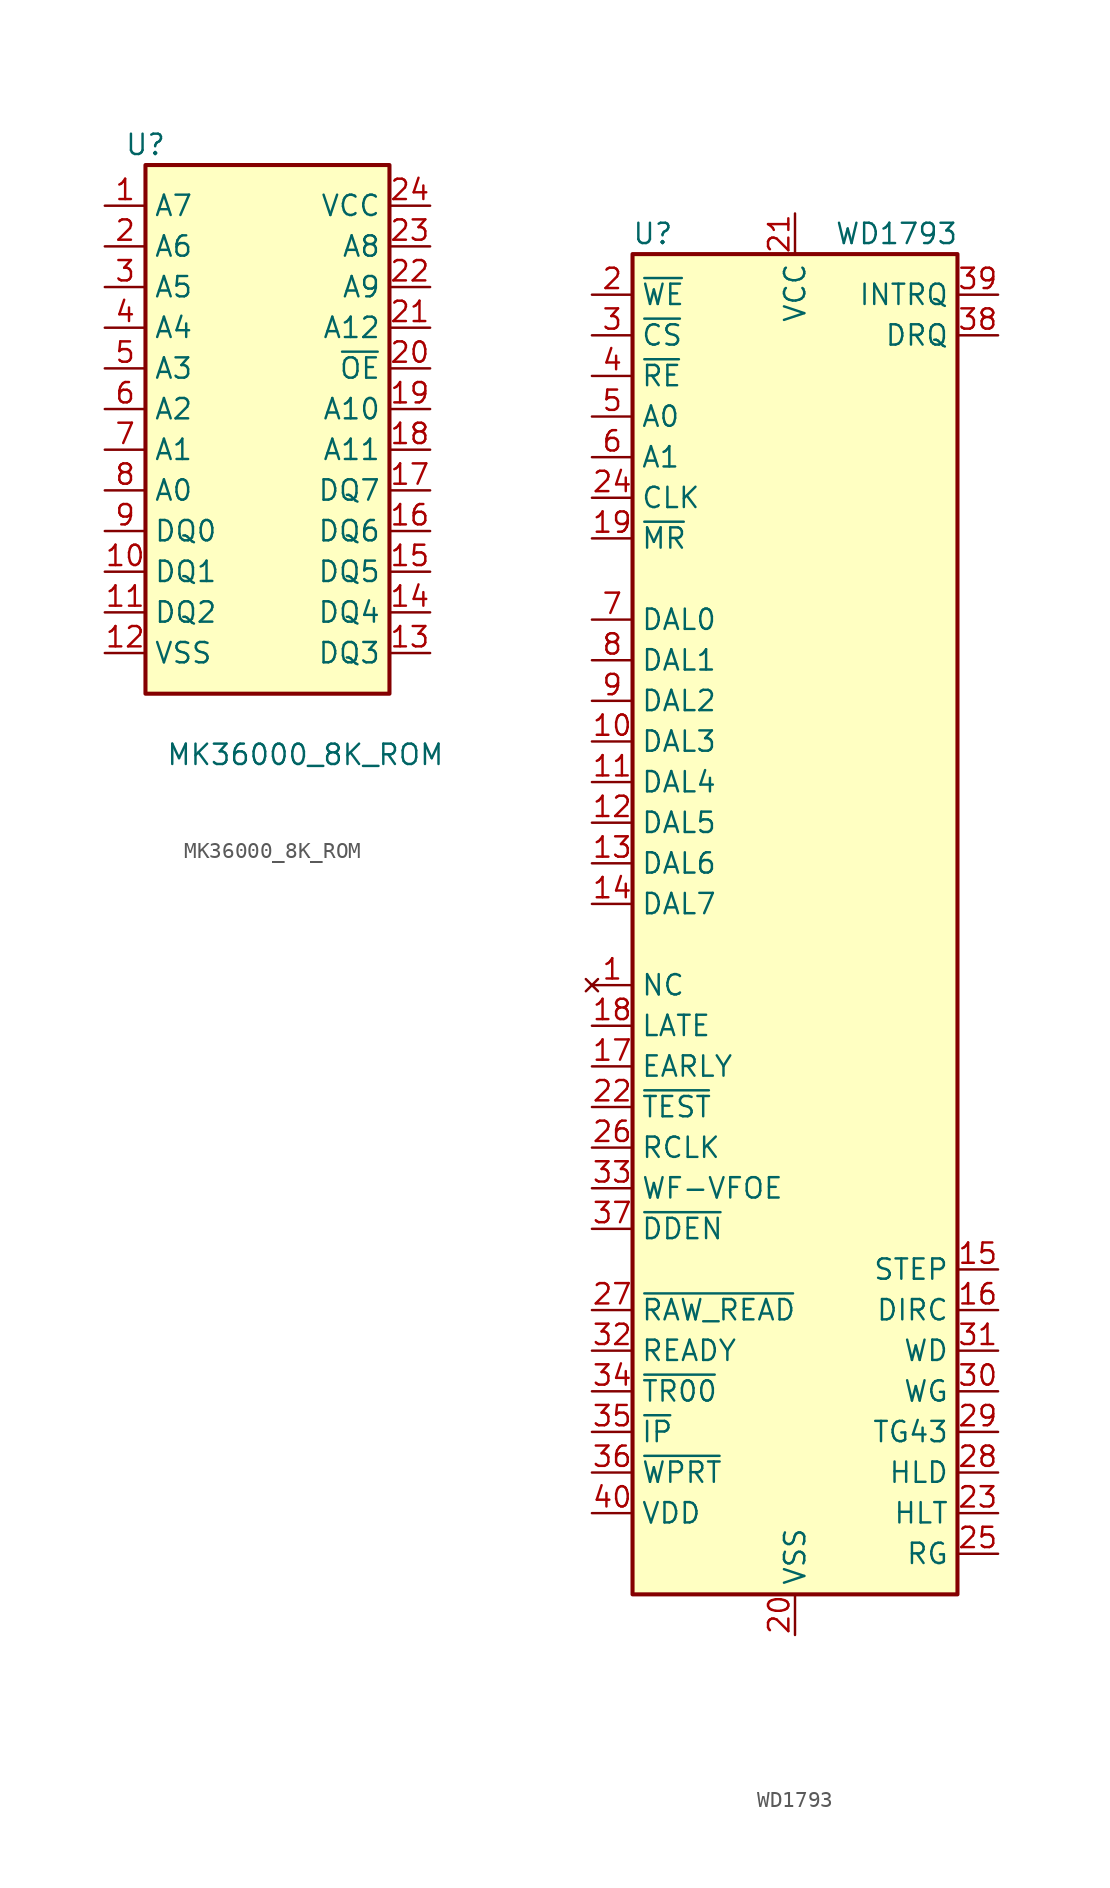
<source format=kicad_sym>
(kicad_symbol_lib
  (version 20211014)
  (generator kicad_symbol_editor)
  (symbol "MK36000_8K_ROM"
    (property "Reference" "U"
      (at -7.62 17.78 0)
      (effects (font (size 1.27 1.27))))
    (property "Value" "MK36000_8K_ROM"
      (at -6.35 -20.32 0)
      (effects (font (size 1.27 1.27)) (justify left)))
    (symbol "MK36000_8K_ROM_1_1"
      (rectangle (start -7.62 16.51) (end 7.62 -16.51) (stroke (width 0.254) (type default) (color 0 0 0 0)) (fill (type background)))
      (pin input line (at -10.16 13.97 0) (length 2.54) (name "A7" (effects (font (size 1.27 1.27)))) (number "1" (effects (font (size 1.27 1.27)))))
      (pin tri_state line (at -10.16 -8.89 0) (length 2.54) (name "DQ1" (effects (font (size 1.27 1.27)))) (number "10" (effects (font (size 1.27 1.27)))))
      (pin tri_state line (at -10.16 -11.43 0) (length 2.54) (name "DQ2" (effects (font (size 1.27 1.27)))) (number "11" (effects (font (size 1.27 1.27)))))
      (pin power_in line (at -10.16 -13.97 0) (length 2.54) (name "VSS" (effects (font (size 1.27 1.27)))) (number "12" (effects (font (size 1.27 1.27)))))
      (pin tri_state line (at 10.16 -13.97 180) (length 2.54) (name "DQ3" (effects (font (size 1.27 1.27)))) (number "13" (effects (font (size 1.27 1.27)))))
      (pin tri_state line (at 10.16 -11.43 180) (length 2.54) (name "DQ4" (effects (font (size 1.27 1.27)))) (number "14" (effects (font (size 1.27 1.27)))))
      (pin tri_state line (at 10.16 -8.89 180) (length 2.54) (name "DQ5" (effects (font (size 1.27 1.27)))) (number "15" (effects (font (size 1.27 1.27)))))
      (pin tri_state line (at 10.16 -6.35 180) (length 2.54) (name "DQ6" (effects (font (size 1.27 1.27)))) (number "16" (effects (font (size 1.27 1.27)))))
      (pin tri_state line (at 10.16 -3.81 180) (length 2.54) (name "DQ7" (effects (font (size 1.27 1.27)))) (number "17" (effects (font (size 1.27 1.27)))))
      (pin input line (at 10.16 -1.27 180) (length 2.54) (name "A11" (effects (font (size 1.27 1.27)))) (number "18" (effects (font (size 1.27 1.27)))))
      (pin input line (at 10.16 1.27 180) (length 2.54) (name "A10" (effects (font (size 1.27 1.27)))) (number "19" (effects (font (size 1.27 1.27)))))
      (pin input line (at -10.16 11.43 0) (length 2.54) (name "A6" (effects (font (size 1.27 1.27)))) (number "2" (effects (font (size 1.27 1.27)))))
      (pin input line (at 10.16 3.81 180) (length 2.54) (name "~{OE}" (effects (font (size 1.27 1.27)))) (number "20" (effects (font (size 1.27 1.27)))))
      (pin input line (at 10.16 6.35 180) (length 2.54) (name "A12" (effects (font (size 1.27 1.27)))) (number "21" (effects (font (size 1.27 1.27)))))
      (pin input line (at 10.16 8.89 180) (length 2.54) (name "A9" (effects (font (size 1.27 1.27)))) (number "22" (effects (font (size 1.27 1.27)))))
      (pin input line (at 10.16 11.43 180) (length 2.54) (name "A8" (effects (font (size 1.27 1.27)))) (number "23" (effects (font (size 1.27 1.27)))))
      (pin power_in line (at 10.16 13.97 180) (length 2.54) (name "VCC" (effects (font (size 1.27 1.27)))) (number "24" (effects (font (size 1.27 1.27)))))
      (pin input line (at -10.16 8.89 0) (length 2.54) (name "A5" (effects (font (size 1.27 1.27)))) (number "3" (effects (font (size 1.27 1.27)))))
      (pin input line (at -10.16 6.35 0) (length 2.54) (name "A4" (effects (font (size 1.27 1.27)))) (number "4" (effects (font (size 1.27 1.27)))))
      (pin input line (at -10.16 3.81 0) (length 2.54) (name "A3" (effects (font (size 1.27 1.27)))) (number "5" (effects (font (size 1.27 1.27)))))
      (pin input line (at -10.16 1.27 0) (length 2.54) (name "A2" (effects (font (size 1.27 1.27)))) (number "6" (effects (font (size 1.27 1.27)))))
      (pin input line (at -10.16 -1.27 0) (length 2.54) (name "A1" (effects (font (size 1.27 1.27)))) (number "7" (effects (font (size 1.27 1.27)))))
      (pin input line (at -10.16 -3.81 0) (length 2.54) (name "A0" (effects (font (size 1.27 1.27)))) (number "8" (effects (font (size 1.27 1.27)))))
      (pin tri_state line (at -10.16 -6.35 0) (length 2.54) (name "DQ0" (effects (font (size 1.27 1.27)))) (number "9" (effects (font (size 1.27 1.27)))))))
  (symbol "WD1793"
    (property "Reference" "U"
      (at -8.89 44.45 0)
      (effects (font (size 1.27 1.27))))
    (property "Value" "WD1793"
      (at 6.35 44.45 0)
      (effects (font (size 1.27 1.27))))
    (symbol "WD1793_0_1"
      (rectangle (start -10.16 43.18) (end 10.16 -40.64) (stroke (width 0.254) (type default) (color 0 0 0 0)) (fill (type background))))
    (symbol "WD1793_1_1"
      (pin no_connect line (at -12.7 -2.54 0) (length 2.54) (name "NC" (effects (font (size 1.27 1.27)))) (number "1" (effects (font (size 1.27 1.27)))))
      (pin tri_state line (at -12.7 12.7 0) (length 2.54) (name "DAL3" (effects (font (size 1.27 1.27)))) (number "10" (effects (font (size 1.27 1.27)))))
      (pin tri_state line (at -12.7 10.16 0) (length 2.54) (name "DAL4" (effects (font (size 1.27 1.27)))) (number "11" (effects (font (size 1.27 1.27)))))
      (pin tri_state line (at -12.7 7.62 0) (length 2.54) (name "DAL5" (effects (font (size 1.27 1.27)))) (number "12" (effects (font (size 1.27 1.27)))))
      (pin tri_state line (at -12.7 5.08 0) (length 2.54) (name "DAL6" (effects (font (size 1.27 1.27)))) (number "13" (effects (font (size 1.27 1.27)))))
      (pin tri_state line (at -12.7 2.54 0) (length 2.54) (name "DAL7" (effects (font (size 1.27 1.27)))) (number "14" (effects (font (size 1.27 1.27)))))
      (pin output line (at 12.7 -20.32 180) (length 2.54) (name "STEP" (effects (font (size 1.27 1.27)))) (number "15" (effects (font (size 1.27 1.27)))))
      (pin output line (at 12.7 -22.86 180) (length 2.54) (name "DIRC" (effects (font (size 1.27 1.27)))) (number "16" (effects (font (size 1.27 1.27)))))
      (pin output line (at -12.7 -7.62 0) (length 2.54) (name "EARLY" (effects (font (size 1.27 1.27)))) (number "17" (effects (font (size 1.27 1.27)))))
      (pin output line (at -12.7 -5.08 0) (length 2.54) (name "LATE" (effects (font (size 1.27 1.27)))) (number "18" (effects (font (size 1.27 1.27)))))
      (pin input line (at -12.7 25.4 0) (length 2.54) (name "~{MR}" (effects (font (size 1.27 1.27)))) (number "19" (effects (font (size 1.27 1.27)))))
      (pin input line (at -12.7 40.64 0) (length 2.54) (name "~{WE}" (effects (font (size 1.27 1.27)))) (number "2" (effects (font (size 1.27 1.27)))))
      (pin power_in line (at 0 -43.18 90) (length 2.54) (name "VSS" (effects (font (size 1.27 1.27)))) (number "20" (effects (font (size 1.27 1.27)))))
      (pin power_in line (at 0 45.72 270) (length 2.54) (name "VCC" (effects (font (size 1.27 1.27)))) (number "21" (effects (font (size 1.27 1.27)))))
      (pin input line (at -12.7 -10.16 0) (length 2.54) (name "~{TEST}" (effects (font (size 1.27 1.27)))) (number "22" (effects (font (size 1.27 1.27)))))
      (pin input line (at 12.7 -35.56 180) (length 2.54) (name "HLT" (effects (font (size 1.27 1.27)))) (number "23" (effects (font (size 1.27 1.27)))))
      (pin input line (at -12.7 27.94 0) (length 2.54) (name "CLK" (effects (font (size 1.27 1.27)))) (number "24" (effects (font (size 1.27 1.27)))))
      (pin output line (at 12.7 -38.1 180) (length 2.54) (name "RG" (effects (font (size 1.27 1.27)))) (number "25" (effects (font (size 1.27 1.27)))))
      (pin input line (at -12.7 -12.7 0) (length 2.54) (name "RCLK" (effects (font (size 1.27 1.27)))) (number "26" (effects (font (size 1.27 1.27)))))
      (pin input line (at -12.7 -22.86 0) (length 2.54) (name "~{RAW_READ}" (effects (font (size 1.27 1.27)))) (number "27" (effects (font (size 1.27 1.27)))))
      (pin output line (at 12.7 -33.02 180) (length 2.54) (name "HLD" (effects (font (size 1.27 1.27)))) (number "28" (effects (font (size 1.27 1.27)))))
      (pin output line (at 12.7 -30.48 180) (length 2.54) (name "TG43" (effects (font (size 1.27 1.27)))) (number "29" (effects (font (size 1.27 1.27)))))
      (pin input line (at -12.7 38.1 0) (length 2.54) (name "~{CS}" (effects (font (size 1.27 1.27)))) (number "3" (effects (font (size 1.27 1.27)))))
      (pin output line (at 12.7 -27.94 180) (length 2.54) (name "WG" (effects (font (size 1.27 1.27)))) (number "30" (effects (font (size 1.27 1.27)))))
      (pin output line (at 12.7 -25.4 180) (length 2.54) (name "WD" (effects (font (size 1.27 1.27)))) (number "31" (effects (font (size 1.27 1.27)))))
      (pin input line (at -12.7 -25.4 0) (length 2.54) (name "READY" (effects (font (size 1.27 1.27)))) (number "32" (effects (font (size 1.27 1.27)))))
      (pin bidirectional line (at -12.7 -15.24 0) (length 2.54) (name "WF-VFOE" (effects (font (size 1.27 1.27)))) (number "33" (effects (font (size 1.27 1.27)))))
      (pin input line (at -12.7 -27.94 0) (length 2.54) (name "~{TR00}" (effects (font (size 1.27 1.27)))) (number "34" (effects (font (size 1.27 1.27)))))
      (pin input line (at -12.7 -30.48 0) (length 2.54) (name "~{IP}" (effects (font (size 1.27 1.27)))) (number "35" (effects (font (size 1.27 1.27)))))
      (pin input line (at -12.7 -33.02 0) (length 2.54) (name "~{WPRT}" (effects (font (size 1.27 1.27)))) (number "36" (effects (font (size 1.27 1.27)))))
      (pin input line (at -12.7 -17.78 0) (length 2.54) (name "~{DDEN}" (effects (font (size 1.27 1.27)))) (number "37" (effects (font (size 1.27 1.27)))))
      (pin output line (at 12.7 38.1 180) (length 2.54) (name "DRQ" (effects (font (size 1.27 1.27)))) (number "38" (effects (font (size 1.27 1.27)))))
      (pin output line (at 12.7 40.64 180) (length 2.54) (name "INTRQ" (effects (font (size 1.27 1.27)))) (number "39" (effects (font (size 1.27 1.27)))))
      (pin input line (at -12.7 35.56 0) (length 2.54) (name "~{RE}" (effects (font (size 1.27 1.27)))) (number "4" (effects (font (size 1.27 1.27)))))
      (pin power_in line (at -12.7 -35.56 0) (length 2.54) (name "VDD" (effects (font (size 1.27 1.27)))) (number "40" (effects (font (size 1.27 1.27)))))
      (pin input line (at -12.7 33.02 0) (length 2.54) (name "A0" (effects (font (size 1.27 1.27)))) (number "5" (effects (font (size 1.27 1.27)))))
      (pin input line (at -12.7 30.48 0) (length 2.54) (name "A1" (effects (font (size 1.27 1.27)))) (number "6" (effects (font (size 1.27 1.27)))))
      (pin tri_state line (at -12.7 20.32 0) (length 2.54) (name "DAL0" (effects (font (size 1.27 1.27)))) (number "7" (effects (font (size 1.27 1.27)))))
      (pin tri_state line (at -12.7 17.78 0) (length 2.54) (name "DAL1" (effects (font (size 1.27 1.27)))) (number "8" (effects (font (size 1.27 1.27)))))
      (pin tri_state line (at -12.7 15.24 0) (length 2.54) (name "DAL2" (effects (font (size 1.27 1.27)))) (number "9" (effects (font (size 1.27 1.27))))))))
</source>
